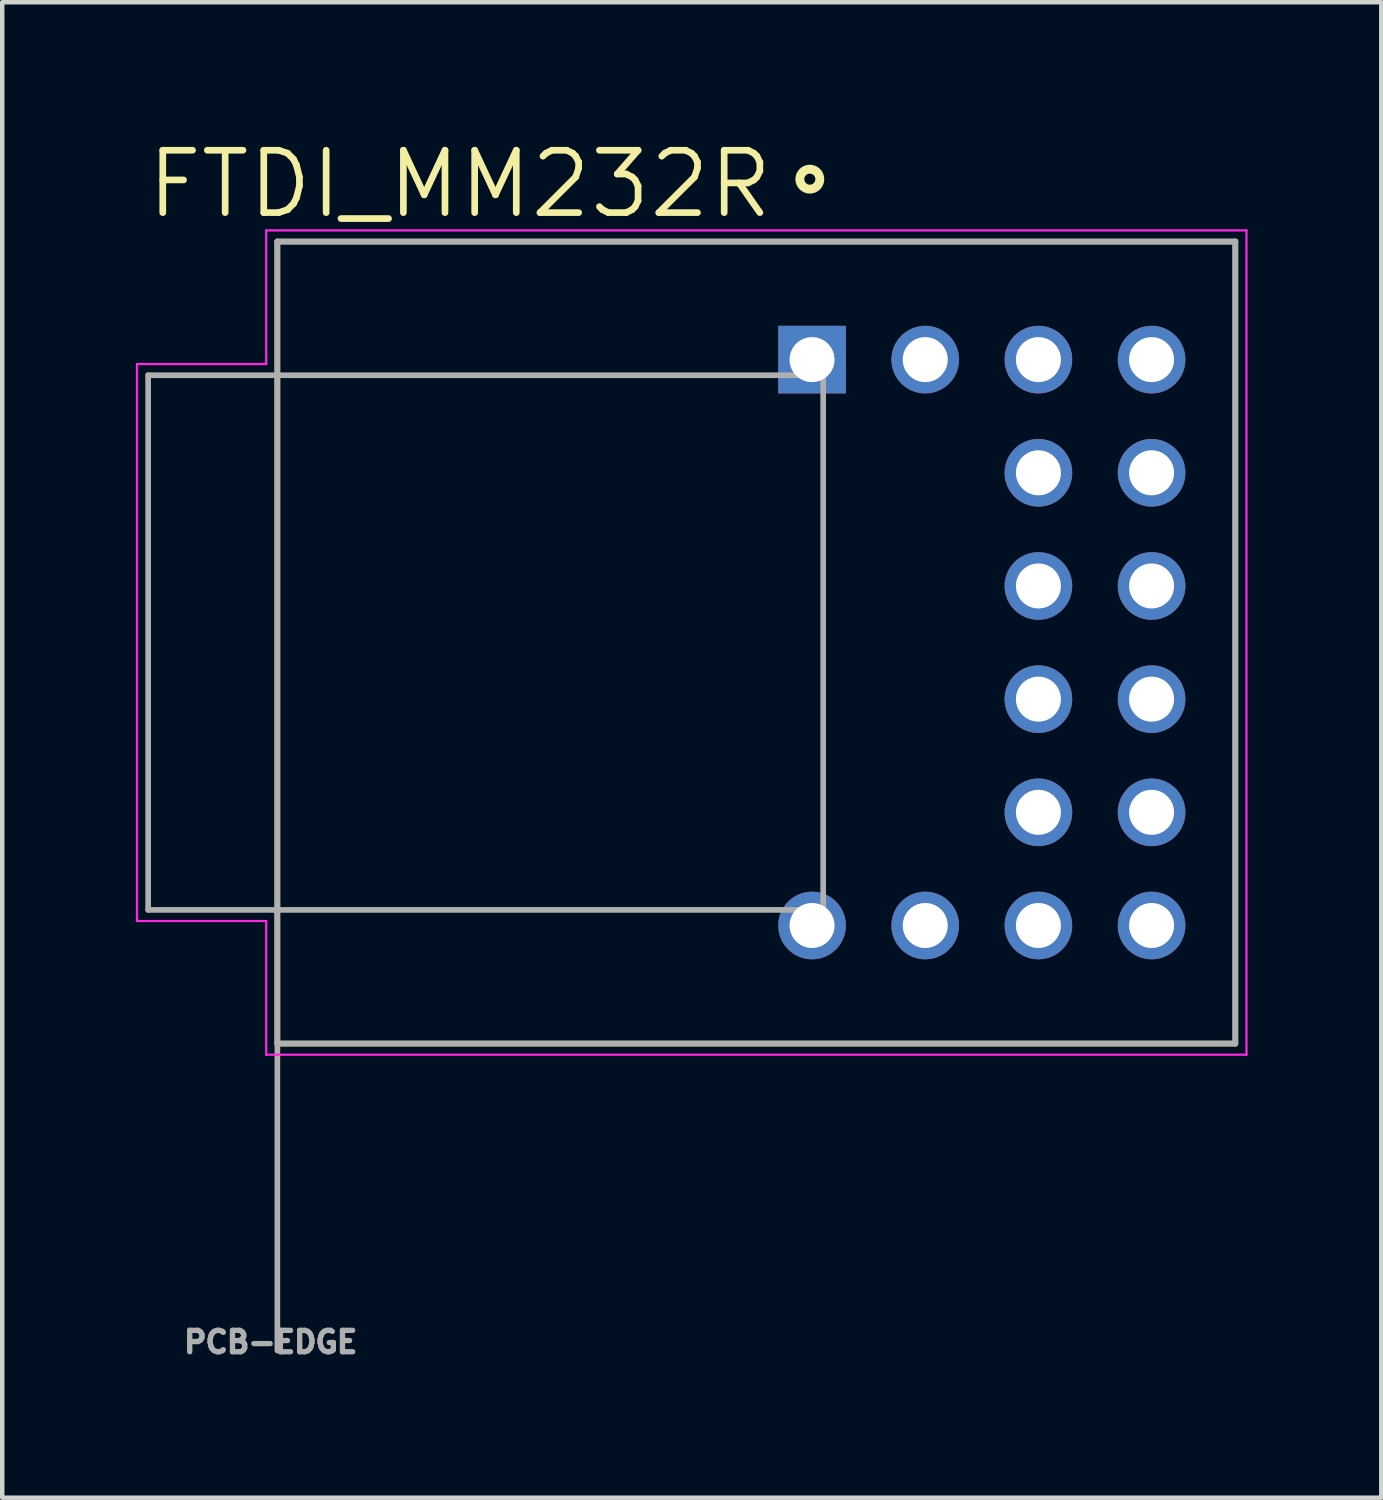
<source format=kicad_pcb>
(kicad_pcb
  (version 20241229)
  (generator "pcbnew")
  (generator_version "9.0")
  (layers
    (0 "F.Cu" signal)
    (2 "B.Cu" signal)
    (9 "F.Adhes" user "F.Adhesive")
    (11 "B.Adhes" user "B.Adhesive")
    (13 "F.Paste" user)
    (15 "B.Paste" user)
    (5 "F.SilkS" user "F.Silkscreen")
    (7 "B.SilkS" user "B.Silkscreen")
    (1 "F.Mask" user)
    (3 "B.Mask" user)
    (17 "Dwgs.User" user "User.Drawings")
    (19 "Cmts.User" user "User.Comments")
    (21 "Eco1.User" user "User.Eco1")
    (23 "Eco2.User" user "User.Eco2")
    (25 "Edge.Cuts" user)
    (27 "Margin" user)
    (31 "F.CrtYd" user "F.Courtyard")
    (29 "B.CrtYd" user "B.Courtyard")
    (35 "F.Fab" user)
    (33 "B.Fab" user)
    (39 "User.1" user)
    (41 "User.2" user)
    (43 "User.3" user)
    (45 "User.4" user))
  (footprint "FTDI_MM232R"
    (layer "F.Cu")
    (at 13.925 11.371)
    (property "Reference" "FTDI_MM232R" (at -6.655 -10.289 0) (layer "F.SilkS") (effects (font (size 1.4 1.4) (thickness 0.15))))
    (attr through_hole)
    (fp_line (start -10.75 -9) (end 10.75 -9) (stroke (width 0.127) (type solid)) (layer "F.SilkS"))
    (fp_line (start -10.75 9) (end -10.75 -9) (stroke (width 0.127) (type solid)) (layer "F.SilkS"))
    (fp_line (start 10.75 -9) (end 10.75 9) (stroke (width 0.127) (type solid)) (layer "F.SilkS"))
    (fp_line (start 10.75 9) (end -10.75 9) (stroke (width 0.127) (type solid)) (layer "F.SilkS"))
    (fp_circle (center 1.2 -10.4) (end 1.424 -10.4) (stroke (width 0.2) (type solid)) (fill no) (layer "F.SilkS"))
    (fp_line (start -13.9 -6.25) (end -11 -6.25) (stroke (width 0.05) (type solid)) (layer "F.CrtYd"))
    (fp_line (start -13.9 6.25) (end -13.9 -6.25) (stroke (width 0.05) (type solid)) (layer "F.CrtYd"))
    (fp_line (start -11 -9.25) (end 11 -9.25) (stroke (width 0.05) (type solid)) (layer "F.CrtYd"))
    (fp_line (start -11 -6.25) (end -11 -9.25) (stroke (width 0.05) (type solid)) (layer "F.CrtYd"))
    (fp_line (start -11 6.25) (end -13.9 6.25) (stroke (width 0.05) (type solid)) (layer "F.CrtYd"))
    (fp_line (start -11 9.25) (end -11 6.25) (stroke (width 0.05) (type solid)) (layer "F.CrtYd"))
    (fp_line (start 11 -9.25) (end 11 9.25) (stroke (width 0.05) (type solid)) (layer "F.CrtYd"))
    (fp_line (start 11 9.25) (end -11 9.25) (stroke (width 0.05) (type solid)) (layer "F.CrtYd"))
    (fp_line (start -13.65 -6) (end -13.65 6) (stroke (width 0.127) (type solid)) (layer "F.Fab"))
    (fp_line (start -13.65 6) (end -10.75 6) (stroke (width 0.127) (type solid)) (layer "F.Fab"))
    (fp_line (start -10.75 -9) (end 10.75 -9) (stroke (width 0.127) (type solid)) (layer "F.Fab"))
    (fp_line (start -10.75 -6) (end -13.65 -6) (stroke (width 0.127) (type solid)) (layer "F.Fab"))
    (fp_line (start -10.75 -6) (end -10.75 -9) (stroke (width 0.127) (type solid)) (layer "F.Fab"))
    (fp_line (start -10.75 -6) (end 1.5 -6) (stroke (width 0.127) (type solid)) (layer "F.Fab"))
    (fp_line (start -10.75 6) (end -10.75 -6) (stroke (width 0.127) (type solid)) (layer "F.Fab"))
    (fp_line (start -10.75 8.99) (end -10.75 6) (stroke (width 0.127) (type solid)) (layer "F.Fab"))
    (fp_line (start -10.75 8.99) (end -10.75 15.89) (stroke (width 0.127) (type solid)) (layer "F.Fab"))
    (fp_line (start -10.75 9) (end -10.75 8.99) (stroke (width 0.127) (type solid)) (layer "F.Fab"))
    (fp_line (start 1.5 -6) (end 1.5 6) (stroke (width 0.127) (type solid)) (layer "F.Fab"))
    (fp_line (start 1.5 6) (end -10.75 6) (stroke (width 0.127) (type solid)) (layer "F.Fab"))
    (fp_line (start 10.75 -9) (end 10.75 9) (stroke (width 0.127) (type solid)) (layer "F.Fab"))
    (fp_line (start 10.75 9) (end -10.75 9) (stroke (width 0.127) (type solid)) (layer "F.Fab"))
    (fp_text user "PCB-EDGE" (at -10.9 15.7 0) (layer "F.Fab") (effects (font (size 0.48 0.48) (thickness 0.15))))
    (pad "1" thru_hole rect (at 1.25 -6.35) (size 1.518 1.518) (drill 1.01) (layers "*.Cu" "*.Mask"))
    (pad "2" thru_hole circle (at 3.79 -6.35) (size 1.518 1.518) (drill 1.01) (layers "*.Cu" "*.Mask"))
    (pad "3" thru_hole circle (at 6.33 -6.35) (size 1.518 1.518) (drill 1.01) (layers "*.Cu" "*.Mask"))
    (pad "4" thru_hole circle (at 8.87 -6.35) (size 1.518 1.518) (drill 1.01) (layers "*.Cu" "*.Mask"))
    (pad "5" thru_hole circle (at 6.33 -3.81) (size 1.518 1.518) (drill 1.01) (layers "*.Cu" "*.Mask"))
    (pad "6" thru_hole circle (at 8.87 -3.81) (size 1.518 1.518) (drill 1.01) (layers "*.Cu" "*.Mask"))
    (pad "7" thru_hole circle (at 6.33 -1.27) (size 1.518 1.518) (drill 1.01) (layers "*.Cu" "*.Mask"))
    (pad "8" thru_hole circle (at 8.87 -1.27) (size 1.518 1.518) (drill 1.01) (layers "*.Cu" "*.Mask"))
    (pad "9" thru_hole circle (at 8.87 1.27) (size 1.518 1.518) (drill 1.01) (layers "*.Cu" "*.Mask"))
    (pad "10" thru_hole circle (at 6.33 1.27) (size 1.518 1.518) (drill 1.01) (layers "*.Cu" "*.Mask"))
    (pad "11" thru_hole circle (at 8.87 3.81) (size 1.518 1.518) (drill 1.01) (layers "*.Cu" "*.Mask"))
    (pad "12" thru_hole circle (at 6.33 3.81) (size 1.518 1.518) (drill 1.01) (layers "*.Cu" "*.Mask"))
    (pad "13" thru_hole circle (at 8.87 6.35) (size 1.518 1.518) (drill 1.01) (layers "*.Cu" "*.Mask"))
    (pad "14" thru_hole circle (at 6.33 6.35) (size 1.518 1.518) (drill 1.01) (layers "*.Cu" "*.Mask"))
    (pad "15" thru_hole circle (at 3.79 6.35) (size 1.518 1.518) (drill 1.01) (layers "*.Cu" "*.Mask"))
    (pad "16" thru_hole circle (at 1.25 6.35) (size 1.518 1.518) (drill 1.01) (layers "*.Cu" "*.Mask")))
  (gr_rect
    (start -3 -3)
    (end 27.95 30.563)
    (stroke (width 0.1) (type default))
    (fill no)
    (layer "Edge.Cuts")))
</source>
